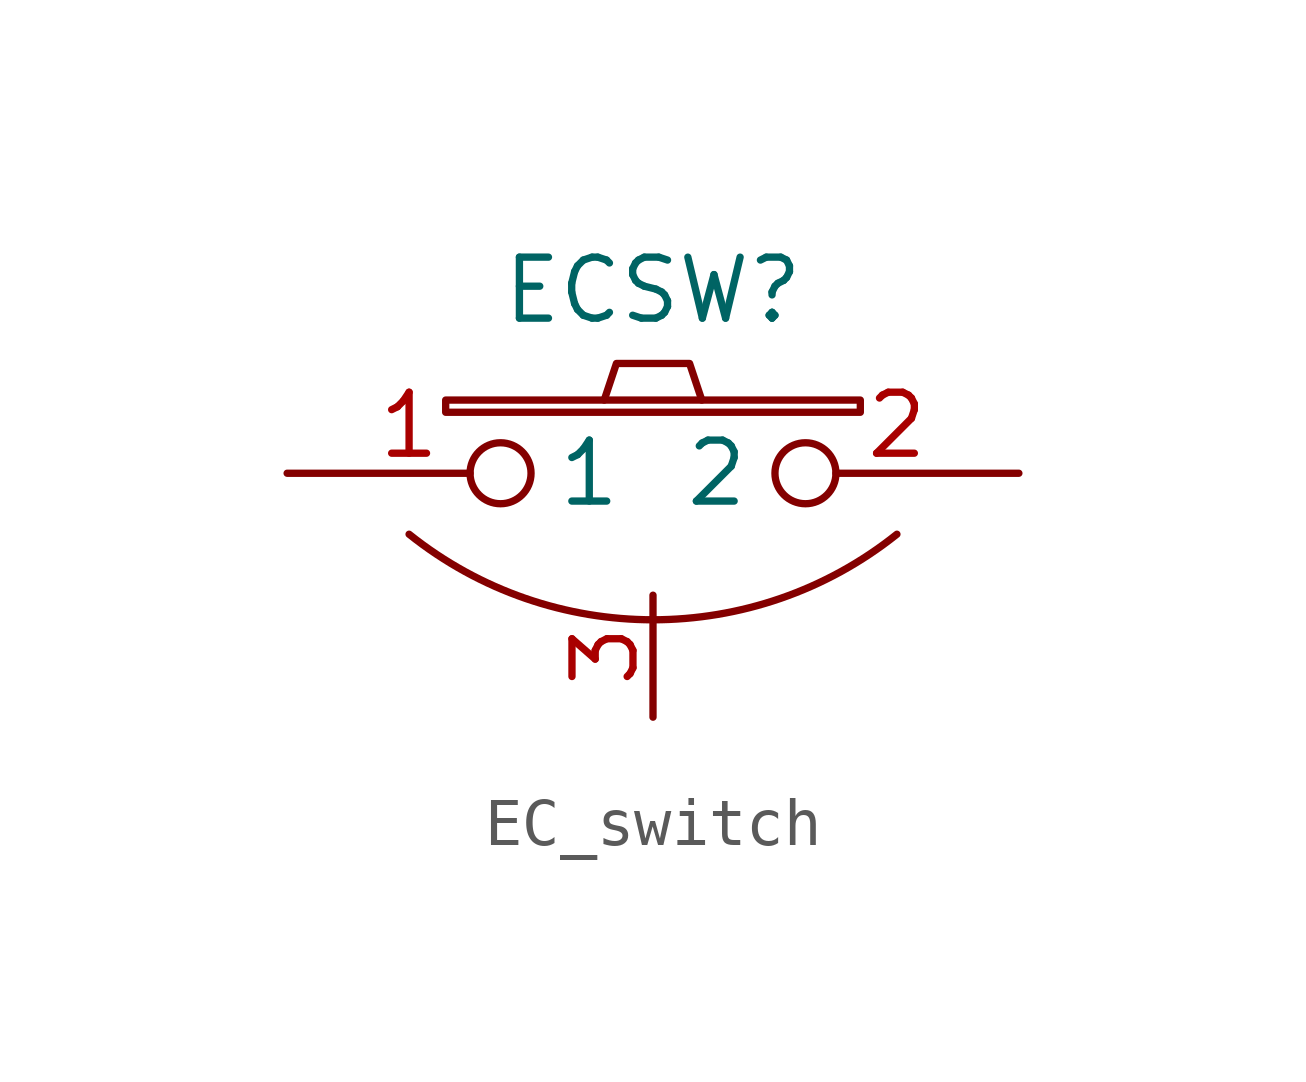
<source format=kicad_sym>
(kicad_symbol_lib
  (version 20220914)
  (generator kicad_symbol_editor)
  (symbol "EC_switch"
    (property "Reference" "ECSW"
      (at 0 3.81 0)
      (effects (font (size 1.27 1.27))))
    (property "Value" ""
      (at 0 0 0)
      (effects (font (size 1.27 1.27))))
    (symbol "EC_switch_0_1"
      (arc (start -5.08 -1.27) (mid 0 -3.052) (end 5.08 -1.27) (stroke (width 0) (type default)) (fill (type none)))
      (rectangle (start -4.318 1.27) (end 4.318 1.524) (stroke (width 0) (type default)) (fill (type none)))
      (polyline (pts (xy -1.016 1.524) (xy -0.762 2.286) (xy 0.762 2.286) (xy 1.016 1.524)) (stroke (width 0) (type default)) (fill (type none))))
    (symbol "EC_switch_1_1"
      (pin passive inverted (at -7.62 0 0) (length 5.08) (name "1" (effects (font (size 1.27 1.27)))) (number "1" (effects (font (size 1.27 1.27)))))
      (pin passive inverted (at 7.62 0 180) (length 5.08) (name "2" (effects (font (size 1.27 1.27)))) (number "2" (effects (font (size 1.27 1.27)))))
      (pin passive line (at 0 -5.08 90) (length 2.54) (name "" (effects (font (size 1.27 1.27)))) (number "3" (effects (font (size 1.27 1.27))))))))
</source>
